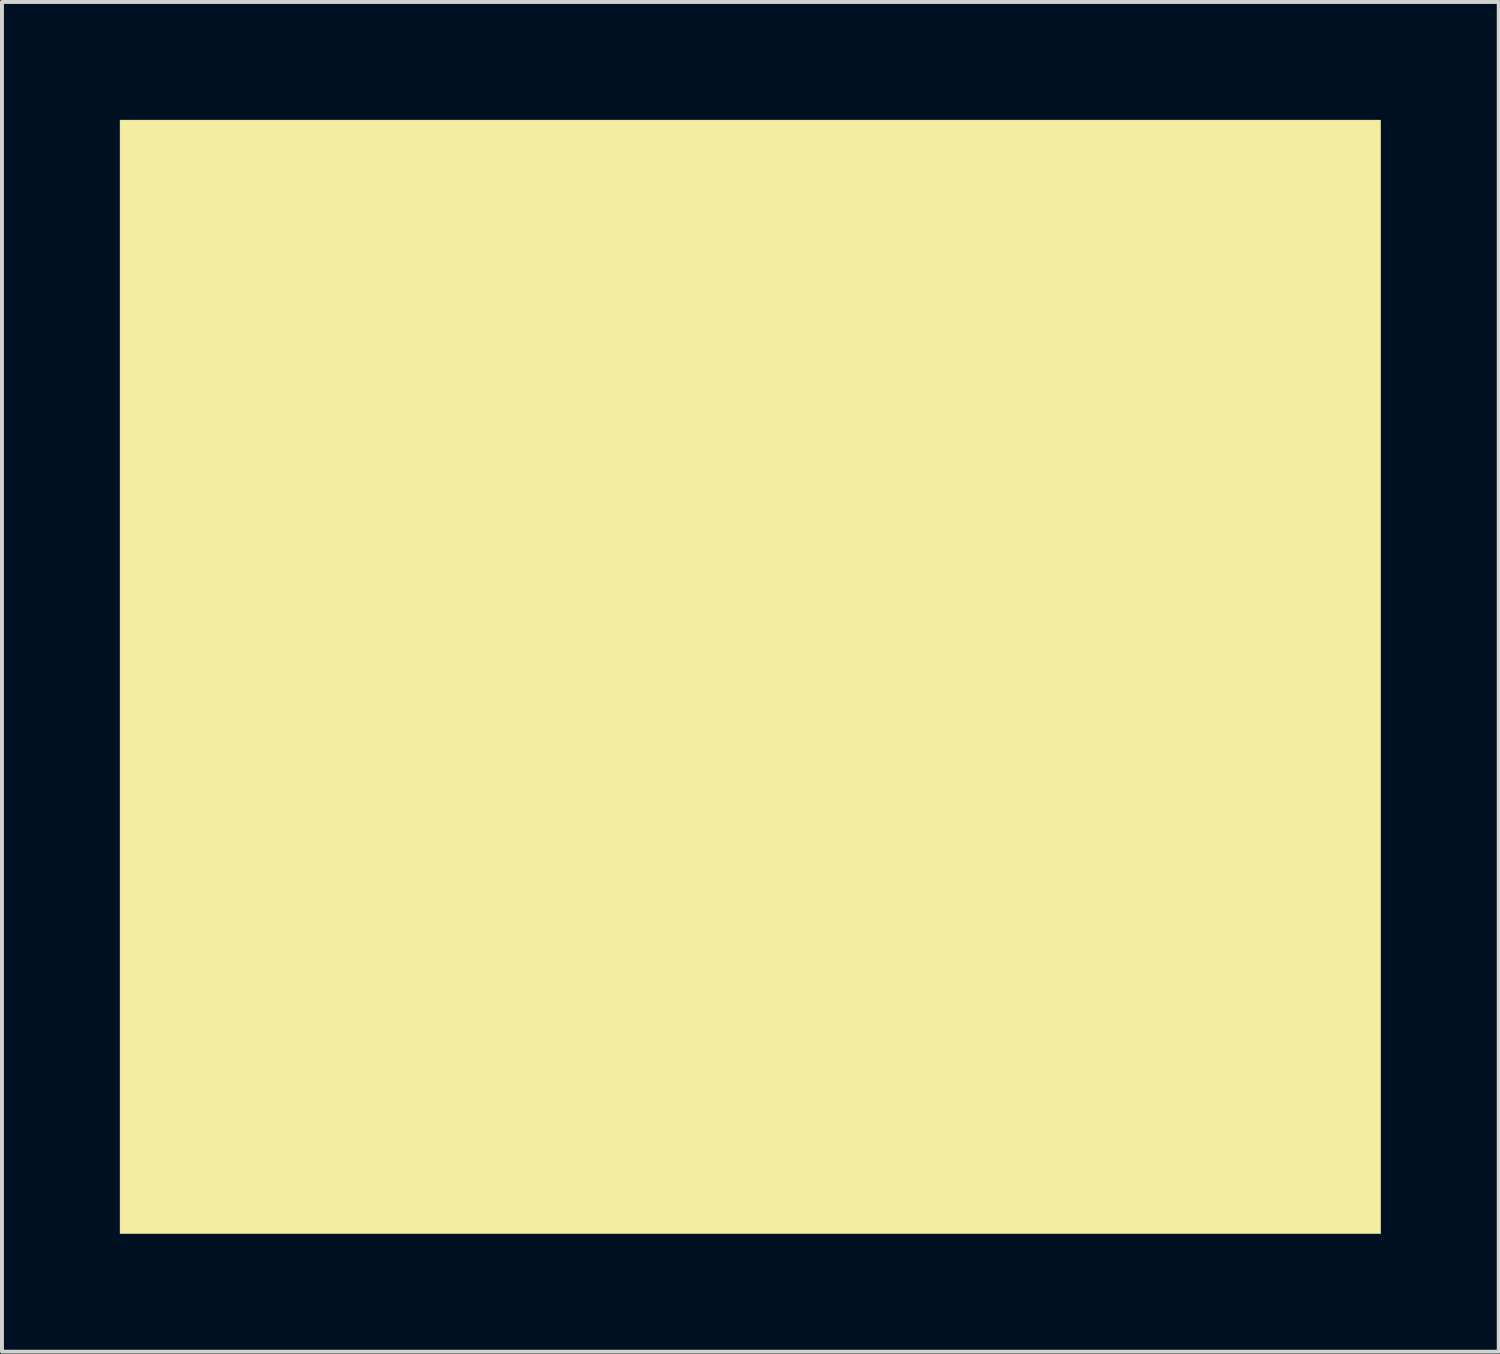
<source format=kicad_pcb>
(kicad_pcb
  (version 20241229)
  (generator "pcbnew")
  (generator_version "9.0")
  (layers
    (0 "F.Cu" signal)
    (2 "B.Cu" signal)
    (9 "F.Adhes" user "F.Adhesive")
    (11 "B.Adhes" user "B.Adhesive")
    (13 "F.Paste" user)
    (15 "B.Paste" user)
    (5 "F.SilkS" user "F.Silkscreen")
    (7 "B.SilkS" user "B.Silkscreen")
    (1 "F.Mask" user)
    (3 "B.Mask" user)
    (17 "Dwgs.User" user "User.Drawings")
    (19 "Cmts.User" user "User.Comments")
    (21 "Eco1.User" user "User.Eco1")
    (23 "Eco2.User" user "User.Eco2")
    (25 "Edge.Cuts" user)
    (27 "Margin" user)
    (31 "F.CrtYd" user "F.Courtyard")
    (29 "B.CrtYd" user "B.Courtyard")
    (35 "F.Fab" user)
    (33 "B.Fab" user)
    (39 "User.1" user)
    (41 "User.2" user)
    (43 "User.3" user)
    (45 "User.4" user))
  (footprint "HKNZetaChi"
    (layer "F.Cu")
    (at 16.047 14.176)
    (property "Reference" "HKNZetaChi" (at 0 0 0) (layer "F.SilkS") (effects (font (size 1.524 1.524) (thickness 0.3))))
    (attr through_hole)
    (fp_poly (pts (xy 16.042 14.171) (xy -16.042 14.171) (xy -16.042 -14.171) (xy 16.042 -14.171) (xy 16.042 14.171)) (stroke (width 0.01) (type solid)) (fill yes) (layer "F.SilkS")))
  (gr_rect
    (start -3 -3)
    (end 35.094 31.351)
    (stroke (width 0.1) (type default))
    (fill no)
    (layer "Edge.Cuts")))
</source>
